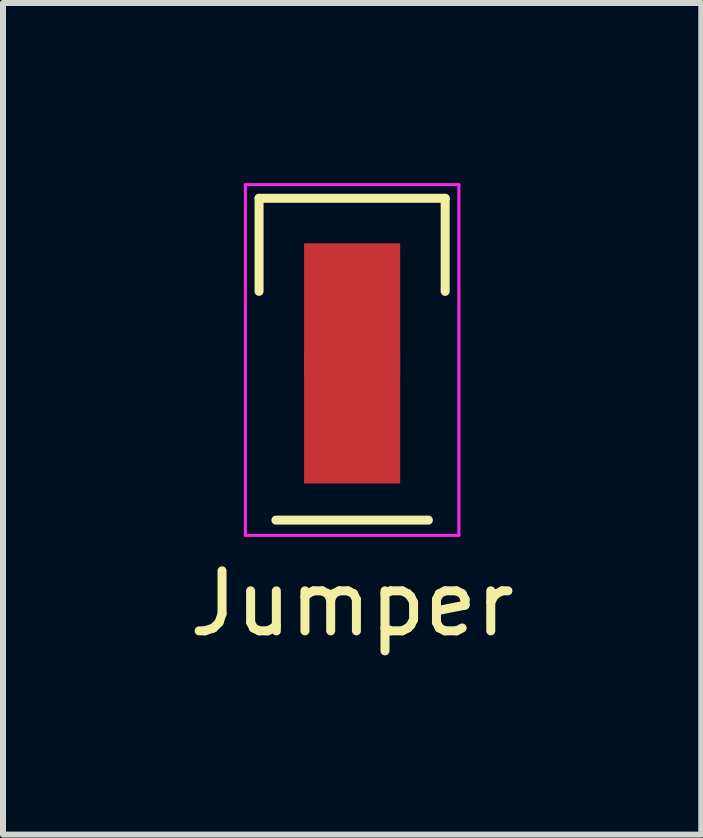
<source format=kicad_pcb>
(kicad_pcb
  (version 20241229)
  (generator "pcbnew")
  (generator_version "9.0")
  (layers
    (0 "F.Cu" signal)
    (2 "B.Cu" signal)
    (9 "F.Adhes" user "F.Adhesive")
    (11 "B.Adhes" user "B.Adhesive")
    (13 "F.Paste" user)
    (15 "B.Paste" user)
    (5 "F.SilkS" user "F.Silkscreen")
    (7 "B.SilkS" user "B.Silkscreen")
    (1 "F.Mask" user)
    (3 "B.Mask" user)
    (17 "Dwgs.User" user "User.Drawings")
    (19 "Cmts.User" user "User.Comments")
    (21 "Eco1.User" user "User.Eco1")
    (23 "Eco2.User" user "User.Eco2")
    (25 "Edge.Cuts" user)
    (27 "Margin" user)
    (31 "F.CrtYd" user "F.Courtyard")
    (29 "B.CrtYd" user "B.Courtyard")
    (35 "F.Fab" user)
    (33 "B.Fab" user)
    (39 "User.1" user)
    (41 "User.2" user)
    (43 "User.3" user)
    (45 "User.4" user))
  (footprint "Jumper"
    (layer "F.Cu")
    (at 2.815 3.003)
    (property "Reference" "Jumper" (at 0 4 0) (layer "F.SilkS") (effects (font (size 1 1) (thickness 0.15))))
    (attr through_hole)
    (fp_line (start -1.55 -2.75) (end 1.55 -2.75) (stroke (width 0.15) (type solid)) (layer "F.SilkS"))
    (fp_line (start -1.55 -1.2) (end -1.55 -2.75) (stroke (width 0.15) (type solid)) (layer "F.SilkS"))
    (fp_line (start -1.27 2.61) (end 1.27 2.61) (stroke (width 0.15) (type solid)) (layer "F.SilkS"))
    (fp_line (start 1.55 -2.75) (end 1.55 -1.2) (stroke (width 0.15) (type solid)) (layer "F.SilkS"))
    (fp_line (start -1.778 -2.978) (end 1.778 -2.978) (stroke (width 0.05) (type solid)) (layer "F.CrtYd"))
    (fp_line (start -1.778 2.864) (end -1.778 -2.978) (stroke (width 0.05) (type solid)) (layer "F.CrtYd"))
    (fp_line (start 1.778 -2.978) (end 1.778 2.864) (stroke (width 0.05) (type solid)) (layer "F.CrtYd"))
    (fp_line (start 1.778 2.864) (end -1.778 2.864) (stroke (width 0.05) (type solid)) (layer "F.CrtYd"))
    (pad "1" smd rect (at 0 -0.9) (size 1.6 2.2) (layers "F.Cu"))
    (pad "2" smd rect (at 0 0.9) (size 1.6 2.2) (layers "F.Cu")))
  (gr_rect
    (start -3 -3)
    (end 8.631 10.851)
    (stroke (width 0.1) (type default))
    (fill no)
    (layer "Edge.Cuts")))
</source>
